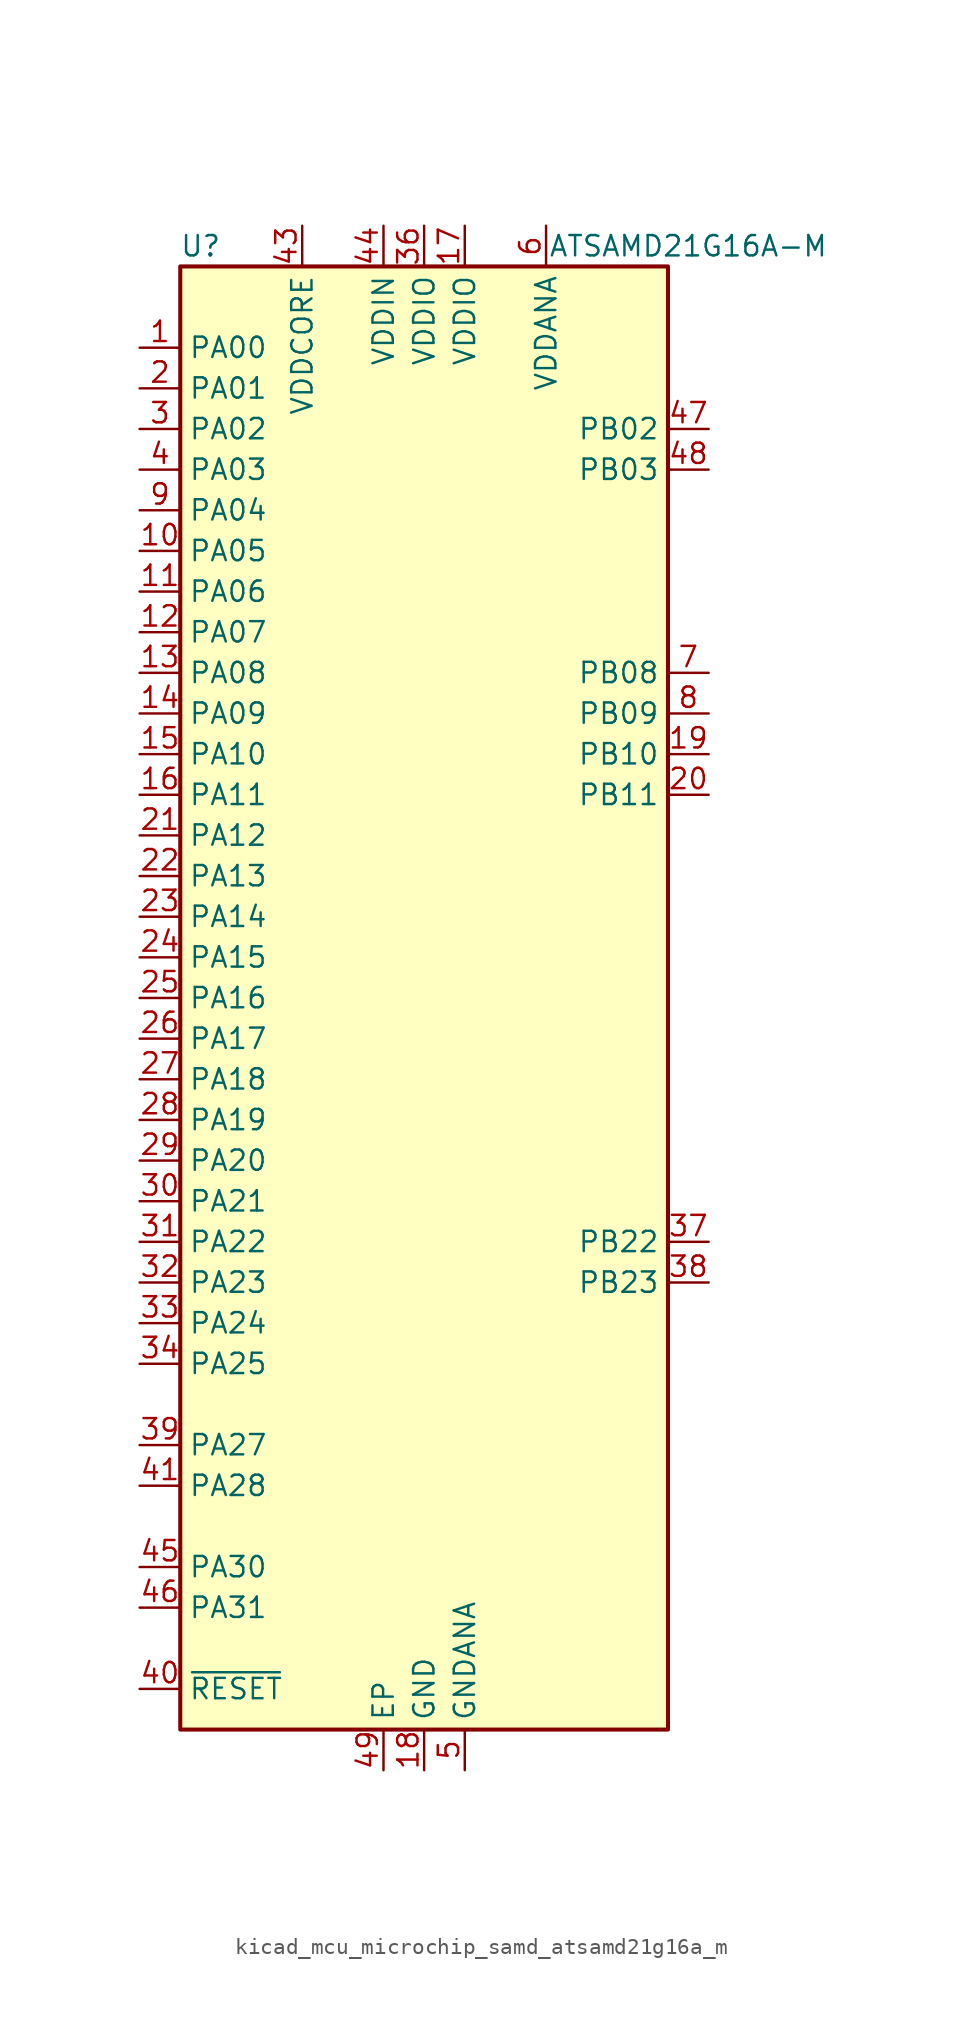
<source format=kicad_sym>
(kicad_symbol_lib
  (version 20220914)
  (generator kicad_symbol_editor)
  (symbol "kicad_mcu_microchip_samd_atsamd21g16a_m"
    (property "Reference" "U"
      (at -13.97 46.99 0)
      (effects (font (size 1.27 1.27))))
    (property "Value" "ATSAMD21G16A-M"
      (at 16.51 46.99 0)
      (effects (font (size 1.27 1.27))))
    (symbol "kicad_mcu_microchip_samd_atsamd21g16a_m_0_1"
      (rectangle (start -15.24 45.72) (end 15.24 -45.72) (stroke (width 0.254) (type default)) (fill (type background))))
    (symbol "kicad_mcu_microchip_samd_atsamd21g16a_m_1_1"
      (pin bidirectional line (at -17.78 40.64 0) (length 2.54) (name "PA00" (effects (font (size 1.27 1.27)))) (number "1" (effects (font (size 1.27 1.27)))))
      (pin bidirectional line (at -17.78 27.94 0) (length 2.54) (name "PA05" (effects (font (size 1.27 1.27)))) (number "10" (effects (font (size 1.27 1.27)))))
      (pin bidirectional line (at -17.78 25.4 0) (length 2.54) (name "PA06" (effects (font (size 1.27 1.27)))) (number "11" (effects (font (size 1.27 1.27)))))
      (pin bidirectional line (at -17.78 22.86 0) (length 2.54) (name "PA07" (effects (font (size 1.27 1.27)))) (number "12" (effects (font (size 1.27 1.27)))))
      (pin bidirectional line (at -17.78 20.32 0) (length 2.54) (name "PA08" (effects (font (size 1.27 1.27)))) (number "13" (effects (font (size 1.27 1.27)))))
      (pin bidirectional line (at -17.78 17.78 0) (length 2.54) (name "PA09" (effects (font (size 1.27 1.27)))) (number "14" (effects (font (size 1.27 1.27)))))
      (pin bidirectional line (at -17.78 15.24 0) (length 2.54) (name "PA10" (effects (font (size 1.27 1.27)))) (number "15" (effects (font (size 1.27 1.27)))))
      (pin bidirectional line (at -17.78 12.7 0) (length 2.54) (name "PA11" (effects (font (size 1.27 1.27)))) (number "16" (effects (font (size 1.27 1.27)))))
      (pin power_in line (at 2.54 48.26 270) (length 2.54) (name "VDDIO" (effects (font (size 1.27 1.27)))) (number "17" (effects (font (size 1.27 1.27)))))
      (pin power_in line (at 0 -48.26 90) (length 2.54) (name "GND" (effects (font (size 1.27 1.27)))) (number "18" (effects (font (size 1.27 1.27)))))
      (pin bidirectional line (at 17.78 15.24 180) (length 2.54) (name "PB10" (effects (font (size 1.27 1.27)))) (number "19" (effects (font (size 1.27 1.27)))))
      (pin bidirectional line (at -17.78 38.1 0) (length 2.54) (name "PA01" (effects (font (size 1.27 1.27)))) (number "2" (effects (font (size 1.27 1.27)))))
      (pin bidirectional line (at 17.78 12.7 180) (length 2.54) (name "PB11" (effects (font (size 1.27 1.27)))) (number "20" (effects (font (size 1.27 1.27)))))
      (pin bidirectional line (at -17.78 10.16 0) (length 2.54) (name "PA12" (effects (font (size 1.27 1.27)))) (number "21" (effects (font (size 1.27 1.27)))))
      (pin bidirectional line (at -17.78 7.62 0) (length 2.54) (name "PA13" (effects (font (size 1.27 1.27)))) (number "22" (effects (font (size 1.27 1.27)))))
      (pin bidirectional line (at -17.78 5.08 0) (length 2.54) (name "PA14" (effects (font (size 1.27 1.27)))) (number "23" (effects (font (size 1.27 1.27)))))
      (pin bidirectional line (at -17.78 2.54 0) (length 2.54) (name "PA15" (effects (font (size 1.27 1.27)))) (number "24" (effects (font (size 1.27 1.27)))))
      (pin bidirectional line (at -17.78 0 0) (length 2.54) (name "PA16" (effects (font (size 1.27 1.27)))) (number "25" (effects (font (size 1.27 1.27)))))
      (pin bidirectional line (at -17.78 -2.54 0) (length 2.54) (name "PA17" (effects (font (size 1.27 1.27)))) (number "26" (effects (font (size 1.27 1.27)))))
      (pin bidirectional line (at -17.78 -5.08 0) (length 2.54) (name "PA18" (effects (font (size 1.27 1.27)))) (number "27" (effects (font (size 1.27 1.27)))))
      (pin bidirectional line (at -17.78 -7.62 0) (length 2.54) (name "PA19" (effects (font (size 1.27 1.27)))) (number "28" (effects (font (size 1.27 1.27)))))
      (pin bidirectional line (at -17.78 -10.16 0) (length 2.54) (name "PA20" (effects (font (size 1.27 1.27)))) (number "29" (effects (font (size 1.27 1.27)))))
      (pin bidirectional line (at -17.78 35.56 0) (length 2.54) (name "PA02" (effects (font (size 1.27 1.27)))) (number "3" (effects (font (size 1.27 1.27)))))
      (pin bidirectional line (at -17.78 -12.7 0) (length 2.54) (name "PA21" (effects (font (size 1.27 1.27)))) (number "30" (effects (font (size 1.27 1.27)))))
      (pin bidirectional line (at -17.78 -15.24 0) (length 2.54) (name "PA22" (effects (font (size 1.27 1.27)))) (number "31" (effects (font (size 1.27 1.27)))))
      (pin bidirectional line (at -17.78 -17.78 0) (length 2.54) (name "PA23" (effects (font (size 1.27 1.27)))) (number "32" (effects (font (size 1.27 1.27)))))
      (pin bidirectional line (at -17.78 -20.32 0) (length 2.54) (name "PA24" (effects (font (size 1.27 1.27)))) (number "33" (effects (font (size 1.27 1.27)))))
      (pin bidirectional line (at -17.78 -22.86 0) (length 2.54) (name "PA25" (effects (font (size 1.27 1.27)))) (number "34" (effects (font (size 1.27 1.27)))))
      (pin passive line (at 0 -48.26 90) (length 2.54) hide (name "GND" (effects (font (size 1.27 1.27)))) (number "35" (effects (font (size 1.27 1.27)))))
      (pin power_in line (at 0 48.26 270) (length 2.54) (name "VDDIO" (effects (font (size 1.27 1.27)))) (number "36" (effects (font (size 1.27 1.27)))))
      (pin bidirectional line (at 17.78 -15.24 180) (length 2.54) (name "PB22" (effects (font (size 1.27 1.27)))) (number "37" (effects (font (size 1.27 1.27)))))
      (pin bidirectional line (at 17.78 -17.78 180) (length 2.54) (name "PB23" (effects (font (size 1.27 1.27)))) (number "38" (effects (font (size 1.27 1.27)))))
      (pin bidirectional line (at -17.78 -27.94 0) (length 2.54) (name "PA27" (effects (font (size 1.27 1.27)))) (number "39" (effects (font (size 1.27 1.27)))))
      (pin bidirectional line (at -17.78 33.02 0) (length 2.54) (name "PA03" (effects (font (size 1.27 1.27)))) (number "4" (effects (font (size 1.27 1.27)))))
      (pin input line (at -17.78 -43.18 0) (length 2.54) (name "~{RESET}" (effects (font (size 1.27 1.27)))) (number "40" (effects (font (size 1.27 1.27)))))
      (pin bidirectional line (at -17.78 -30.48 0) (length 2.54) (name "PA28" (effects (font (size 1.27 1.27)))) (number "41" (effects (font (size 1.27 1.27)))))
      (pin passive line (at 0 -48.26 90) (length 2.54) hide (name "GND" (effects (font (size 1.27 1.27)))) (number "42" (effects (font (size 1.27 1.27)))))
      (pin power_out line (at -7.62 48.26 270) (length 2.54) (name "VDDCORE" (effects (font (size 1.27 1.27)))) (number "43" (effects (font (size 1.27 1.27)))))
      (pin power_in line (at -2.54 48.26 270) (length 2.54) (name "VDDIN" (effects (font (size 1.27 1.27)))) (number "44" (effects (font (size 1.27 1.27)))))
      (pin bidirectional line (at -17.78 -35.56 0) (length 2.54) (name "PA30" (effects (font (size 1.27 1.27)))) (number "45" (effects (font (size 1.27 1.27)))))
      (pin bidirectional line (at -17.78 -38.1 0) (length 2.54) (name "PA31" (effects (font (size 1.27 1.27)))) (number "46" (effects (font (size 1.27 1.27)))))
      (pin bidirectional line (at 17.78 35.56 180) (length 2.54) (name "PB02" (effects (font (size 1.27 1.27)))) (number "47" (effects (font (size 1.27 1.27)))))
      (pin bidirectional line (at 17.78 33.02 180) (length 2.54) (name "PB03" (effects (font (size 1.27 1.27)))) (number "48" (effects (font (size 1.27 1.27)))))
      (pin passive line (at -2.54 -48.26 90) (length 2.54) (name "EP" (effects (font (size 1.27 1.27)))) (number "49" (effects (font (size 1.27 1.27)))))
      (pin power_in line (at 2.54 -48.26 90) (length 2.54) (name "GNDANA" (effects (font (size 1.27 1.27)))) (number "5" (effects (font (size 1.27 1.27)))))
      (pin power_in line (at 7.62 48.26 270) (length 2.54) (name "VDDANA" (effects (font (size 1.27 1.27)))) (number "6" (effects (font (size 1.27 1.27)))))
      (pin bidirectional line (at 17.78 20.32 180) (length 2.54) (name "PB08" (effects (font (size 1.27 1.27)))) (number "7" (effects (font (size 1.27 1.27)))))
      (pin bidirectional line (at 17.78 17.78 180) (length 2.54) (name "PB09" (effects (font (size 1.27 1.27)))) (number "8" (effects (font (size 1.27 1.27)))))
      (pin bidirectional line (at -17.78 30.48 0) (length 2.54) (name "PA04" (effects (font (size 1.27 1.27)))) (number "9" (effects (font (size 1.27 1.27))))))))
</source>
